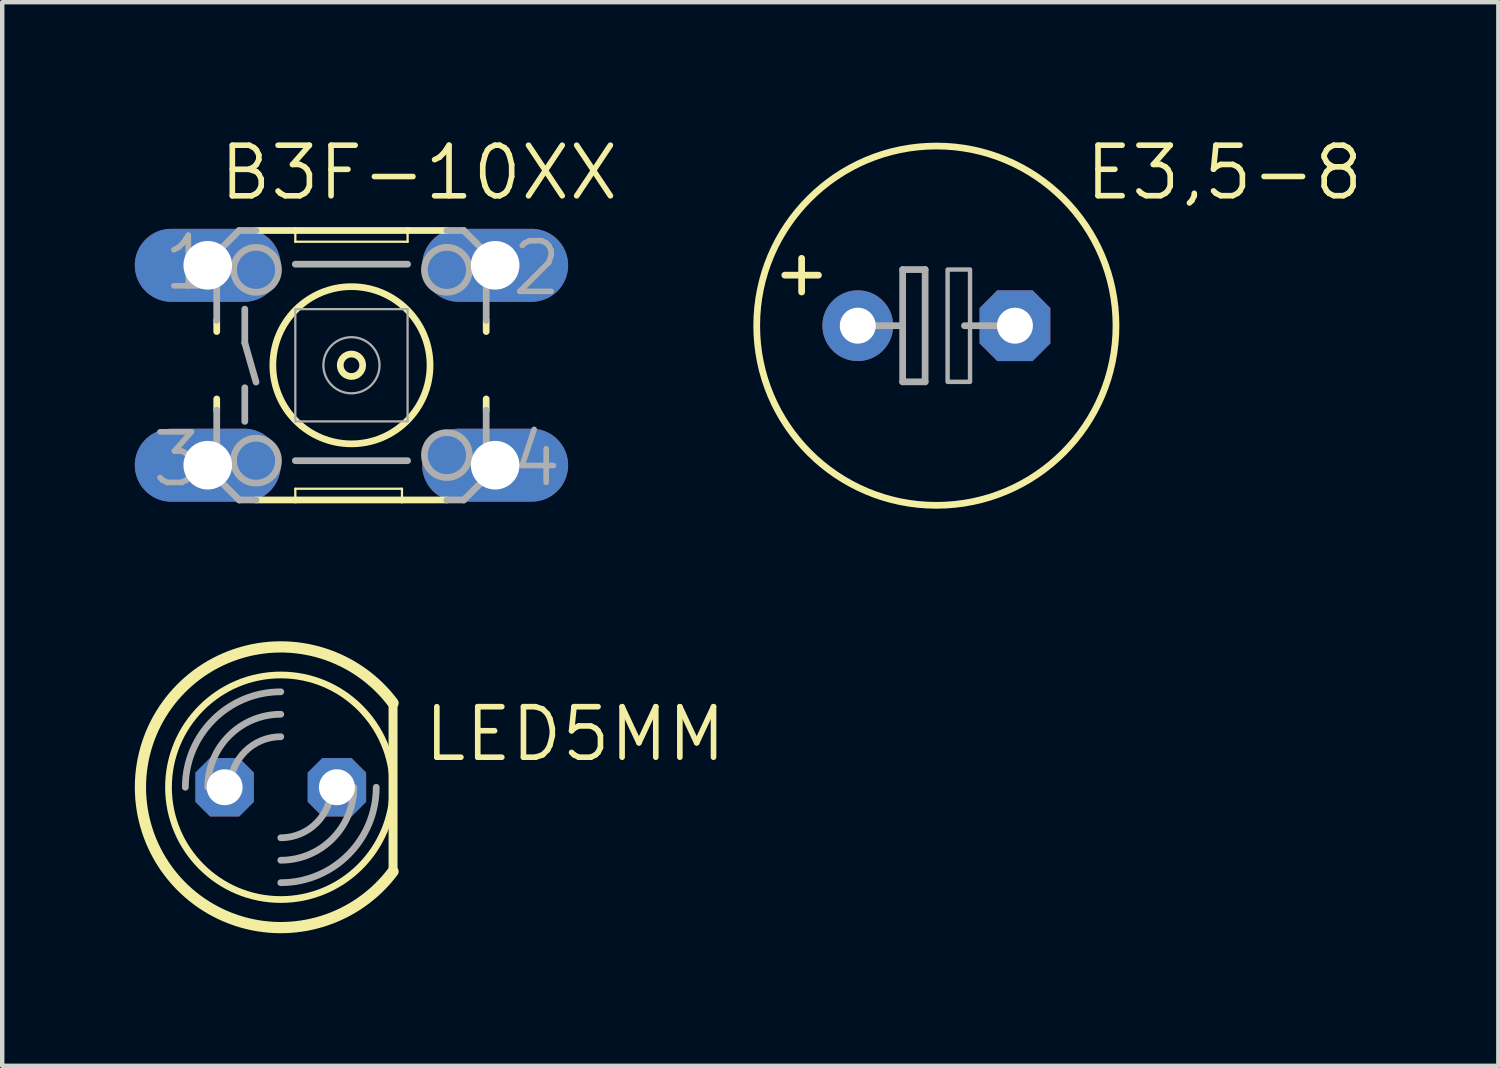
<source format=kicad_pcb>
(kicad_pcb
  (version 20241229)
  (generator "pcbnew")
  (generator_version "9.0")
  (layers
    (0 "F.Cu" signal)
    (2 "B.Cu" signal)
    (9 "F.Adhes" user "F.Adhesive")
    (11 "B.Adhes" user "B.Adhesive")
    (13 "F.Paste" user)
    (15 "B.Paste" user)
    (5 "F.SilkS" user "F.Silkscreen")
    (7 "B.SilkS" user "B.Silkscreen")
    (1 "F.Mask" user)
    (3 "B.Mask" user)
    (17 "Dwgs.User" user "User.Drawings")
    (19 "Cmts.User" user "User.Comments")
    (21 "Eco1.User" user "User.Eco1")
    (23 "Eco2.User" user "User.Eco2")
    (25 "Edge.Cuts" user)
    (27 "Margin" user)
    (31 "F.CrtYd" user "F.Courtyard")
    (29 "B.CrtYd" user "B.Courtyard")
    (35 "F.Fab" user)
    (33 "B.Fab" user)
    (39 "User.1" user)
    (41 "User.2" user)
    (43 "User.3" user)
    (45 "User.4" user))
  (footprint "B3F-10XX"
    (layer "F.Cu")
    (at 4.901 5.213)
    (property "Reference" "B3F-10XX" (at -3.051 -3.687 0) (layer "F.SilkS") (effects (font (size 1.144 1.144) (thickness 0.127)) (justify left bottom)))
    (fp_line (start -3.048 -0.762) (end -3.048 -1.016) (stroke (width 0.152) (type solid)) (layer "F.SilkS"))
    (fp_line (start -3.048 0.762) (end -3.048 1.016) (stroke (width 0.152) (type solid)) (layer "F.SilkS"))
    (fp_line (start -2.159 3.048) (end -1.27 3.048) (stroke (width 0.152) (type solid)) (layer "F.SilkS"))
    (fp_line (start -1.27 -3.048) (end -2.159 -3.048) (stroke (width 0.152) (type solid)) (layer "F.SilkS"))
    (fp_line (start -1.27 -3.048) (end -1.27 -2.794) (stroke (width 0.051) (type solid)) (layer "F.SilkS"))
    (fp_line (start -1.27 2.794) (end -1.27 3.048) (stroke (width 0.051) (type solid)) (layer "F.SilkS"))
    (fp_line (start -1.27 3.048) (end 1.143 3.048) (stroke (width 0.152) (type solid)) (layer "F.SilkS"))
    (fp_line (start 1.143 2.794) (end -1.27 2.794) (stroke (width 0.051) (type solid)) (layer "F.SilkS"))
    (fp_line (start 1.143 2.794) (end 1.143 3.048) (stroke (width 0.051) (type solid)) (layer "F.SilkS"))
    (fp_line (start 1.143 3.048) (end 2.159 3.048) (stroke (width 0.152) (type solid)) (layer "F.SilkS"))
    (fp_line (start 1.27 -3.048) (end -1.27 -3.048) (stroke (width 0.152) (type solid)) (layer "F.SilkS"))
    (fp_line (start 1.27 -2.794) (end -1.27 -2.794) (stroke (width 0.051) (type solid)) (layer "F.SilkS"))
    (fp_line (start 1.27 -2.794) (end 1.27 -3.048) (stroke (width 0.051) (type solid)) (layer "F.SilkS"))
    (fp_line (start 2.159 -3.048) (end 1.27 -3.048) (stroke (width 0.152) (type solid)) (layer "F.SilkS"))
    (fp_line (start 3.048 -0.762) (end 3.048 -1.016) (stroke (width 0.152) (type solid)) (layer "F.SilkS"))
    (fp_line (start 3.048 0.762) (end 3.048 1.016) (stroke (width 0.152) (type solid)) (layer "F.SilkS"))
    (fp_circle (center 0 0) (end 0.254 0) (stroke (width 0.152) (type solid)) (fill no) (layer "F.SilkS"))
    (fp_circle (center 0 0) (end 1.778 0) (stroke (width 0.152) (type solid)) (fill no) (layer "F.SilkS"))
    (fp_line (start -3.048 -2.54) (end -3.048 -1.016) (stroke (width 0.152) (type solid)) (layer "F.Fab"))
    (fp_line (start -3.048 2.54) (end -3.048 1.016) (stroke (width 0.152) (type solid)) (layer "F.Fab"))
    (fp_line (start -2.54 -3.048) (end -3.048 -2.54) (stroke (width 0.152) (type solid)) (layer "F.Fab"))
    (fp_line (start -2.54 -3.048) (end -2.159 -3.048) (stroke (width 0.152) (type solid)) (layer "F.Fab"))
    (fp_line (start -2.54 3.048) (end -3.048 2.54) (stroke (width 0.152) (type solid)) (layer "F.Fab"))
    (fp_line (start -2.54 3.048) (end -2.159 3.048) (stroke (width 0.152) (type solid)) (layer "F.Fab"))
    (fp_line (start -2.413 -1.27) (end -2.413 -0.508) (stroke (width 0.152) (type solid)) (layer "F.Fab"))
    (fp_line (start -2.413 -0.508) (end -2.159 0.381) (stroke (width 0.152) (type solid)) (layer "F.Fab"))
    (fp_line (start -2.413 0.508) (end -2.413 1.27) (stroke (width 0.152) (type solid)) (layer "F.Fab"))
    (fp_line (start -1.27 -1.27) (end -1.27 1.27) (stroke (width 0.051) (type solid)) (layer "F.Fab"))
    (fp_line (start -1.27 -1.27) (end 1.27 -1.27) (stroke (width 0.051) (type solid)) (layer "F.Fab"))
    (fp_line (start -1.27 2.159) (end 1.27 2.159) (stroke (width 0.152) (type solid)) (layer "F.Fab"))
    (fp_line (start 1.27 -2.286) (end -1.27 -2.286) (stroke (width 0.152) (type solid)) (layer "F.Fab"))
    (fp_line (start 1.27 1.27) (end -1.27 1.27) (stroke (width 0.051) (type solid)) (layer "F.Fab"))
    (fp_line (start 1.27 1.27) (end 1.27 -1.27) (stroke (width 0.051) (type solid)) (layer "F.Fab"))
    (fp_line (start 2.54 -3.048) (end 2.159 -3.048) (stroke (width 0.152) (type solid)) (layer "F.Fab"))
    (fp_line (start 2.54 3.048) (end 2.159 3.048) (stroke (width 0.152) (type solid)) (layer "F.Fab"))
    (fp_line (start 2.54 3.048) (end 3.048 2.54) (stroke (width 0.152) (type solid)) (layer "F.Fab"))
    (fp_line (start 3.048 -2.54) (end 2.54 -3.048) (stroke (width 0.152) (type solid)) (layer "F.Fab"))
    (fp_line (start 3.048 -1.016) (end 3.048 -2.54) (stroke (width 0.152) (type solid)) (layer "F.Fab"))
    (fp_line (start 3.048 2.54) (end 3.048 1.016) (stroke (width 0.152) (type solid)) (layer "F.Fab"))
    (fp_circle (center -2.159 -2.159) (end -1.651 -2.159) (stroke (width 0.152) (type solid)) (fill no) (layer "F.Fab"))
    (fp_circle (center -2.159 2.159) (end -1.651 2.159) (stroke (width 0.152) (type solid)) (fill no) (layer "F.Fab"))
    (fp_circle (center 0 0) (end 0.635 0) (stroke (width 0.051) (type solid)) (fill no) (layer "F.Fab"))
    (fp_circle (center 2.159 -2.159) (end 2.667 -2.159) (stroke (width 0.152) (type solid)) (fill no) (layer "F.Fab"))
    (fp_circle (center 2.159 2.032) (end 2.667 2.032) (stroke (width 0.152) (type solid)) (fill no) (layer "F.Fab"))
    (fp_text user "4" (at 3.559 2.796 0) (layer "F.Fab") (effects (font (size 1.144 1.144) (thickness 0.127)) (justify left bottom)))
    (fp_text user "3" (at -4.578 2.797 0) (layer "F.Fab") (effects (font (size 1.144 1.144) (thickness 0.127)) (justify left bottom)))
    (fp_text user "2" (at 3.562 -1.526 0) (layer "F.Fab") (effects (font (size 1.145 1.145) (thickness 0.127)) (justify left bottom)))
    (fp_text user "1" (at -4.319 -1.651 0) (layer "F.Fab") (effects (font (size 1.143 1.143) (thickness 0.127)) (justify left bottom)))
    (pad "1" thru_hole oval (at -3.251 -2.261) (size 3.3 1.65) (drill 1.1) (layers "*.Cu" "*.Mask"))
    (pad "2" thru_hole oval (at 3.251 -2.261) (size 3.3 1.65) (drill 1.1) (layers "*.Cu" "*.Mask"))
    (pad "3" thru_hole oval (at -3.251 2.261) (size 3.3 1.65) (drill 1.1) (layers "*.Cu" "*.Mask"))
    (pad "4" thru_hole oval (at 3.251 2.261) (size 3.3 1.65) (drill 1.1) (layers "*.Cu" "*.Mask")))
  (footprint "E3,5-8"
    (layer "F.Cu")
    (at 18.133 4.318)
    (property "Reference" "E3,5-8" (at 3.302 -2.794 0) (layer "F.SilkS") (effects (font (size 1.143 1.143) (thickness 0.127)) (justify left bottom)))
    (fp_line (start -3.429 -1.143) (end -2.667 -1.143) (stroke (width 0.152) (type solid)) (layer "F.SilkS"))
    (fp_line (start -3.048 -0.762) (end -3.048 -1.524) (stroke (width 0.152) (type solid)) (layer "F.SilkS"))
    (fp_circle (center 0 0) (end 4.064 0) (stroke (width 0.152) (type solid)) (fill no) (layer "F.SilkS"))
    (fp_line (start -1.651 0) (end -0.762 0) (stroke (width 0.152) (type solid)) (layer "F.Fab"))
    (fp_line (start -0.762 -1.27) (end -0.762 0) (stroke (width 0.152) (type solid)) (layer "F.Fab"))
    (fp_line (start -0.762 0) (end -0.762 1.27) (stroke (width 0.152) (type solid)) (layer "F.Fab"))
    (fp_line (start -0.762 1.27) (end -0.254 1.27) (stroke (width 0.152) (type solid)) (layer "F.Fab"))
    (fp_line (start -0.254 -1.27) (end -0.762 -1.27) (stroke (width 0.152) (type solid)) (layer "F.Fab"))
    (fp_line (start -0.254 1.27) (end -0.254 -1.27) (stroke (width 0.152) (type solid)) (layer "F.Fab"))
    (fp_line (start 0.635 0) (end 1.651 0) (stroke (width 0.152) (type solid)) (layer "F.Fab"))
    (fp_poly (pts (xy 0.254 1.27) (xy 0.762 1.27) (xy 0.762 -1.27) (xy 0.254 -1.27)) (stroke (width 0.1) (type solid)) (fill no) (layer "F.Fab"))
    (pad "+" thru_hole circle (at -1.778 0) (size 1.6 1.6) (drill 0.813) (layers "*.Cu" "*.Mask"))
    (pad "-" thru_hole roundrect (at 1.778 0) (size 1.6 1.6) (drill 0.813) (layers "*.Cu" "*.Mask") (roundrect_rratio 0.25) (chamfer_ratio 0.25) (chamfer top_left top_right bottom_left bottom_right)))
  (footprint "LED5MM"
    (layer "F.Cu")
    (at 3.302 14.76)
    (property "Reference" "LED5MM" (at 3.175 -0.533 0) (layer "F.SilkS") (effects (font (size 1.143 1.143) (thickness 0.127)) (justify left bottom)))
    (fp_line (start 2.54 1.905) (end 2.54 -1.905) (stroke (width 0.203) (type solid)) (layer "F.SilkS"))
    (fp_arc (start 2.54 1.905) (mid -3.175 0) (end 2.54 -1.905) (stroke (width 0.254) (type solid)) (layer "F.SilkS"))
    (fp_circle (center 0 0) (end 2.54 0) (stroke (width 0.152) (type solid)) (fill no) (layer "F.SilkS"))
    (fp_arc (start -2.159 0) (mid -1.526644 -1.526644) (end 0 -2.159) (stroke (width 0.1524) (type solid)) (layer "F.Fab"))
    (fp_arc (start -1.651 0) (mid -1.167433 -1.167433) (end 0 -1.651) (stroke (width 0.1524) (type solid)) (layer "F.Fab"))
    (fp_arc (start -1.143 0) (mid -0.808223 -0.808223) (end 0 -1.143) (stroke (width 0.1524) (type solid)) (layer "F.Fab"))
    (fp_arc (start 1.143 0) (mid 0.808223 0.808223) (end 0 1.143) (stroke (width 0.1524) (type solid)) (layer "F.Fab"))
    (fp_arc (start 1.651 0) (mid 1.167433 1.167433) (end 0 1.651) (stroke (width 0.1524) (type solid)) (layer "F.Fab"))
    (fp_arc (start 2.159 0) (mid 1.526644 1.526644) (end 0 2.159) (stroke (width 0.1524) (type solid)) (layer "F.Fab"))
    (pad "A" thru_hole roundrect (at -1.27 0) (size 1.321 1.321) (drill 0.813) (layers "*.Cu" "*.Mask") (roundrect_rratio 0.25) (chamfer_ratio 0.25) (chamfer top_left top_right bottom_left bottom_right))
    (pad "K" thru_hole roundrect (at 1.27 0) (size 1.321 1.321) (drill 0.813) (layers "*.Cu" "*.Mask") (roundrect_rratio 0.25) (chamfer_ratio 0.25) (chamfer top_left top_right bottom_left bottom_right)))
  (gr_rect
    (start -3 -3)
    (end 30.847 21.062)
    (stroke (width 0.1) (type default))
    (fill no)
    (layer "Edge.Cuts")))
</source>
